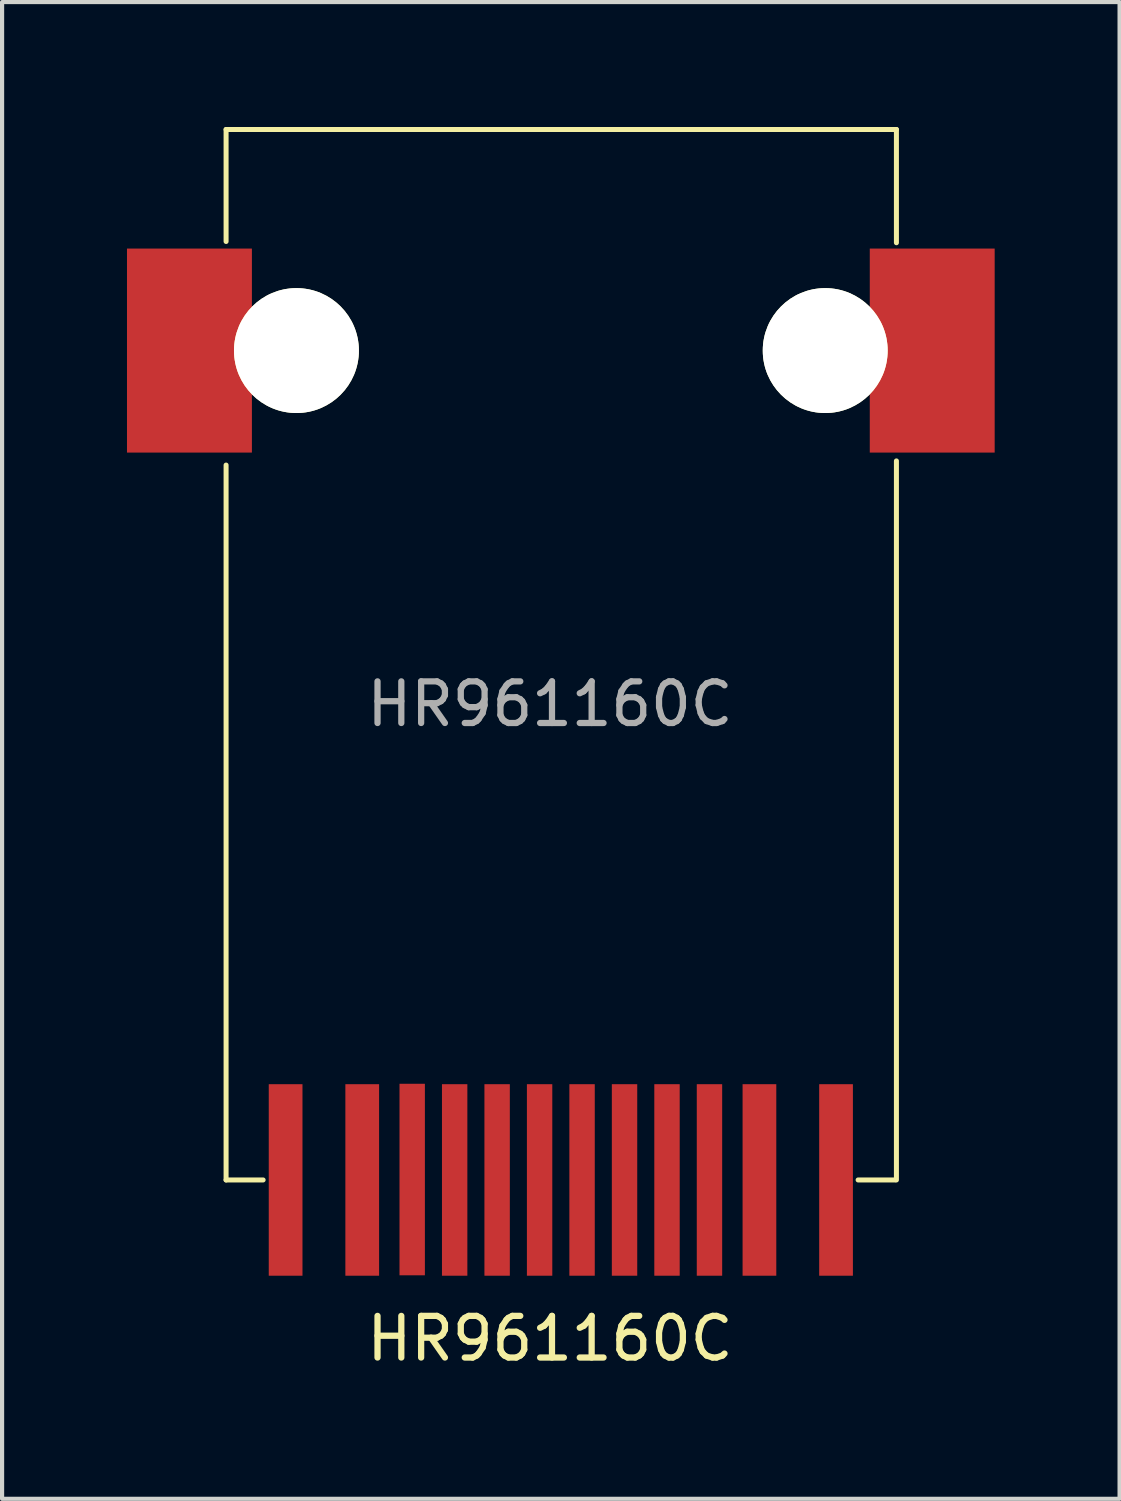
<source format=kicad_pcb>
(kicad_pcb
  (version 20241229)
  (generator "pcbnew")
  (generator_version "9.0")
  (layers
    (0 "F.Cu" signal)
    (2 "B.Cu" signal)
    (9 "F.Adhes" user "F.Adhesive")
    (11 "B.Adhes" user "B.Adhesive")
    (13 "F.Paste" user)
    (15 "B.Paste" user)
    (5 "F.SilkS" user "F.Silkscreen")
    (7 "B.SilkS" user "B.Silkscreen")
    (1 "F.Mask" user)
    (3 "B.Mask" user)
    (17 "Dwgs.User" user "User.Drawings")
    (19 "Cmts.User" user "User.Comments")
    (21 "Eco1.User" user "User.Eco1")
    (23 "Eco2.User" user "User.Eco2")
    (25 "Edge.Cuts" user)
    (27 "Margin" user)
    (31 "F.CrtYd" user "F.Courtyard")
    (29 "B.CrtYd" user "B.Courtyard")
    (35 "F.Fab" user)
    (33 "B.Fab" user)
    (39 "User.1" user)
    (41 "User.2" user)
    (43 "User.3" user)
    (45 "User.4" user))
  (footprint "HR961160C"
    (layer "F.Cu")
    (at 3.81 25.29)
    (property "Reference" "HR961160C" (at 6.35 3.81 0) (layer "F.SilkS") (effects (font (size 1 1) (thickness 0.15))))
    (attr smd)
    (fp_line (start -1.43 -25.23) (end 14.67 -25.23) (stroke (width 0.12) (type solid)) (layer "F.SilkS"))
    (fp_line (start -1.43 -22.54) (end -1.43 -25.23) (stroke (width 0.12) (type solid)) (layer "F.SilkS"))
    (fp_line (start -1.43 0) (end -1.43 -17.17) (stroke (width 0.12) (type solid)) (layer "F.SilkS"))
    (fp_line (start -0.54 0) (end -1.43 0) (stroke (width 0.12) (type solid)) (layer "F.SilkS"))
    (fp_line (start 14.64 0) (end 13.75 0) (stroke (width 0.12) (type solid)) (layer "F.SilkS"))
    (fp_line (start 14.67 -25.23) (end 14.67 -22.51) (stroke (width 0.12) (type solid)) (layer "F.SilkS"))
    (fp_line (start 14.67 -17.27) (end 14.67 0) (stroke (width 0.12) (type solid)) (layer "F.SilkS"))
    (fp_text user "${REFERENCE}" (at 6.35 -11.43 0) (layer "F.Fab") (effects (font (size 1 1) (thickness 0.15))))
    (pad "" np_thru_hole circle (at 0.26 -19.92) (size 3 3) (drill 3) (layers "*.Cu" "*.Mask" "F.SilkS"))
    (pad "" np_thru_hole circle (at 12.96 -19.92) (size 3 3) (drill 3) (layers "*.Cu" "*.Mask" "F.SilkS"))
    (pad "CSH1" smd rect (at -2.31 -19.92) (size 3 4.9) (layers "F.Cu" "F.Mask" "F.Paste"))
    (pad "CSH2" smd rect (at 15.53 -19.92) (size 3 4.9) (layers "F.Cu" "F.Mask" "F.Paste"))
    (pad "P1" smd rect (at 0 0) (size 0.81 4.6) (layers "F.Cu" "F.Mask" "F.Paste"))
    (pad "P2" smd rect (at 1.84 0) (size 0.81 4.6) (layers "F.Cu" "F.Mask" "F.Paste"))
    (pad "P3" smd rect (at 3.04 -0.01) (size 0.61 4.6) (layers "F.Cu" "F.Mask" "F.Paste"))
    (pad "P4" smd rect (at 4.06 0) (size 0.61 4.6) (layers "F.Cu" "F.Mask" "F.Paste"))
    (pad "P5" smd rect (at 5.08 0) (size 0.61 4.6) (layers "F.Cu" "F.Mask" "F.Paste"))
    (pad "P6" smd rect (at 6.1 0) (size 0.61 4.6) (layers "F.Cu" "F.Mask" "F.Paste"))
    (pad "P7" smd rect (at 7.12 0) (size 0.61 4.6) (layers "F.Cu" "F.Mask" "F.Paste"))
    (pad "P8" smd rect (at 8.14 0) (size 0.61 4.6) (layers "F.Cu" "F.Mask" "F.Paste"))
    (pad "P9" smd rect (at 9.16 0) (size 0.61 4.6) (layers "F.Cu" "F.Mask" "F.Paste"))
    (pad "P10" smd rect (at 10.18 0) (size 0.61 4.6) (layers "F.Cu" "F.Mask" "F.Paste"))
    (pad "P11" smd rect (at 11.38 0) (size 0.81 4.6) (layers "F.Cu" "F.Mask" "F.Paste"))
    (pad "P12" smd rect (at 13.22 0) (size 0.81 4.6) (layers "F.Cu" "F.Mask" "F.Paste")))
  (gr_rect
    (start -3 -3)
    (end 23.84 32.948)
    (stroke (width 0.1) (type default))
    (fill no)
    (layer "Edge.Cuts")))
</source>
